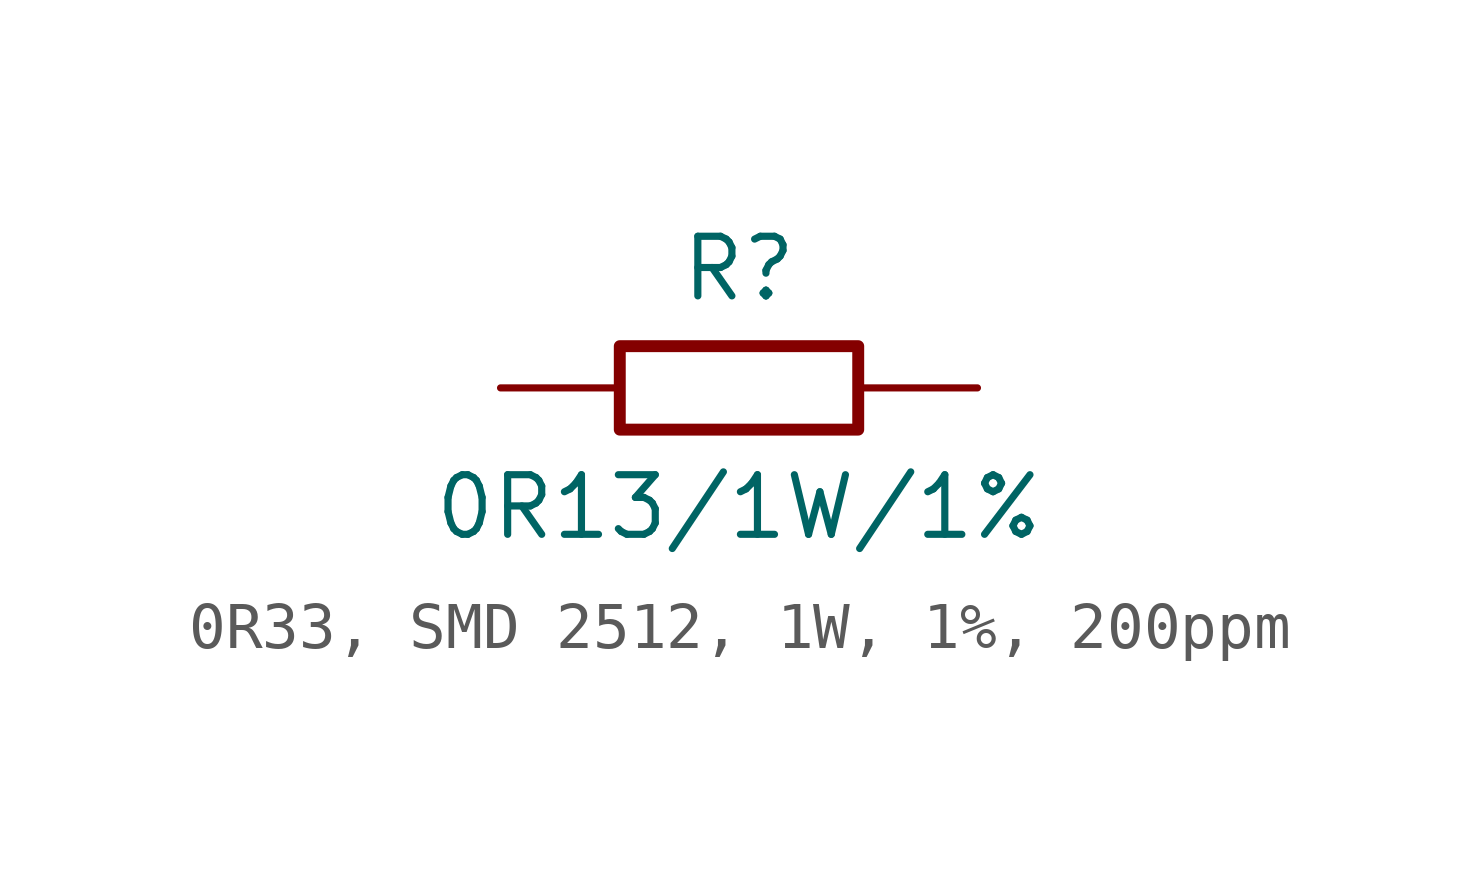
<source format=kicad_sym>
(kicad_symbol_lib
  (version 20241209)
  (generator "kicad_symbol_editor")
  (generator_version "9.0")
  (symbol "0R33, SMD 2512, 1W, 1%, 200ppm"
    (pin_numbers
      (hide yes))
    (pin_names
      (offset 0)
      (hide yes))
    (property "Reference" "R"
      (at 0 2.54 0)
      (effects (font (size 1.27 1.27))))
    (property "Value" "0R13/1W/1%"
      (at 0 -2.54 0)
      (effects (font (size 1.27 1.27))))
    (symbol "0R33, SMD 2512, 1W, 1%, 200ppm_0_1"
      (rectangle (start -2.54 0.889) (end 2.54 -0.889) (stroke (width 0.254) (type default)) (fill (type none))))
    (symbol "0R33, SMD 2512, 1W, 1%, 200ppm_1_1"
      (pin passive line (at -5.08 0 0) (length 2.54) (name "1" (effects (font (size 1.27 1.27)))) (number "1" (effects (font (size 1.27 1.27)))))
      (pin passive line (at 5.08 0 180) (length 2.54) (name "2" (effects (font (size 1.27 1.27)))) (number "2" (effects (font (size 1.27 1.27))))))))
</source>
